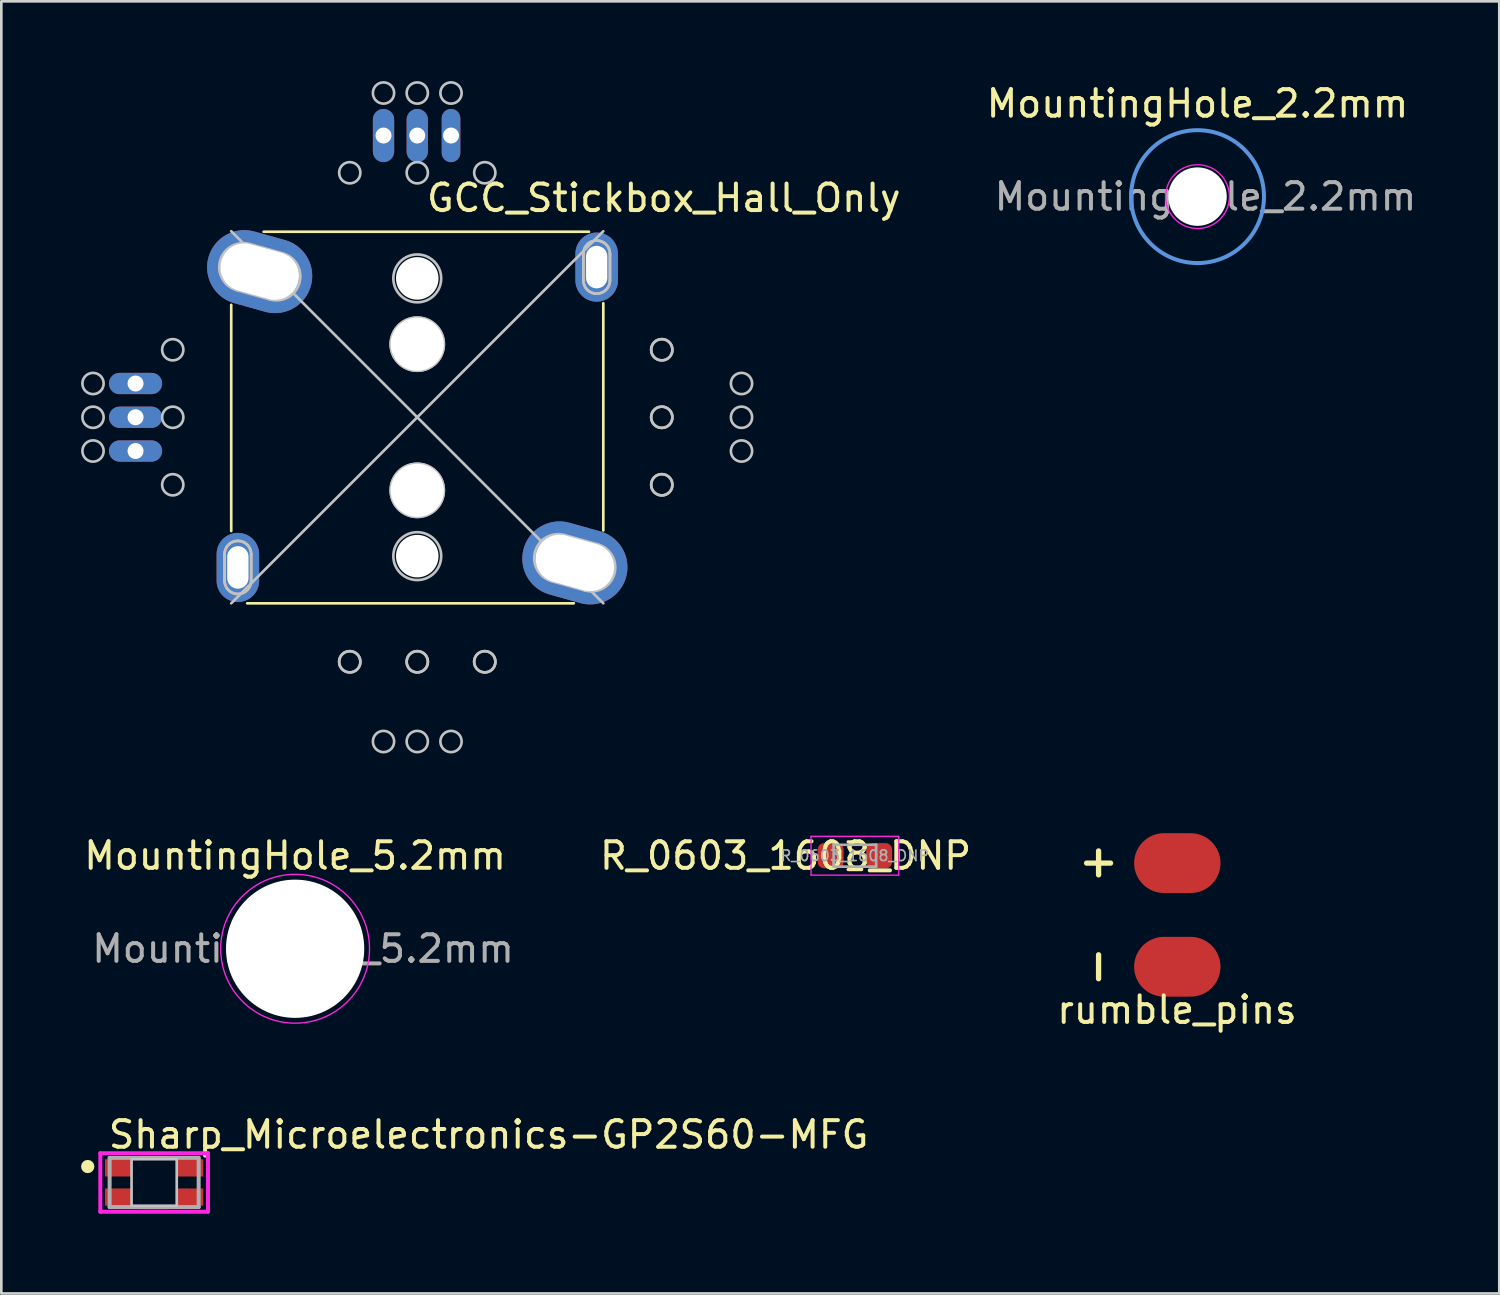
<source format=kicad_pcb>
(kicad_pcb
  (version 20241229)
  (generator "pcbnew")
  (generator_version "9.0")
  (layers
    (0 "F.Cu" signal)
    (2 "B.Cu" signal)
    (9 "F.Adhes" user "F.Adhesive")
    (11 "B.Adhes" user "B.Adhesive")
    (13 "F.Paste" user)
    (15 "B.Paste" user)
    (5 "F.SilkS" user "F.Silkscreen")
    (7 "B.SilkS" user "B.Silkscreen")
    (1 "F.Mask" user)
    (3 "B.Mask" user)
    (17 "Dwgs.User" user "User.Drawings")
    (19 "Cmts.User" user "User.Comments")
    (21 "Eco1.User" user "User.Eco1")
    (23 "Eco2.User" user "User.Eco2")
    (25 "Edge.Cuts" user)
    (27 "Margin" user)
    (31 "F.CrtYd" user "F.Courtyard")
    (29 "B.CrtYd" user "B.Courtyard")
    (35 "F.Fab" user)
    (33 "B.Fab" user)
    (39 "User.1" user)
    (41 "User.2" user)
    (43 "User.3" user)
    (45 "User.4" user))
  (footprint "R_0603_1608_DNP"
    (layer "F.Cu")
    (at 29.116 29.147)
    (property "Reference" "R_0603_1608_DNP" (at -2.608 0.001 180) (layer "F.SilkS") (effects (font (size 1 1) (thickness 0.15))))
    (attr smd)
    (fp_line (start -0.255 -0.522) (end 0.255 -0.522) (stroke (width 0.12) (type solid)) (layer "F.SilkS"))
    (fp_line (start -0.255 0.522) (end 0.255 0.522) (stroke (width 0.12) (type solid)) (layer "F.SilkS"))
    (fp_line (start -1.65 -0.73) (end 1.65 -0.73) (stroke (width 0.05) (type solid)) (layer "F.CrtYd"))
    (fp_line (start -1.65 0.73) (end -1.65 -0.73) (stroke (width 0.05) (type solid)) (layer "F.CrtYd"))
    (fp_line (start 1.65 -0.73) (end 1.65 0.73) (stroke (width 0.05) (type solid)) (layer "F.CrtYd"))
    (fp_line (start 1.65 0.73) (end -1.65 0.73) (stroke (width 0.05) (type solid)) (layer "F.CrtYd"))
    (fp_line (start -0.8 -0.412) (end 0.8 -0.412) (stroke (width 0.1) (type solid)) (layer "F.Fab"))
    (fp_line (start -0.8 0.412) (end -0.8 -0.412) (stroke (width 0.1) (type solid)) (layer "F.Fab"))
    (fp_line (start 0.8 -0.412) (end 0.8 0.412) (stroke (width 0.1) (type solid)) (layer "F.Fab"))
    (fp_line (start 0.8 0.412) (end -0.8 0.412) (stroke (width 0.1) (type solid)) (layer "F.Fab"))
    (fp_text user "${REFERENCE}" (at 0 0 180) (layer "F.Fab") (effects (font (size 0.4 0.4) (thickness 0.06))))
    (pad "1" smd roundrect (at -0.912 0) (size 0.975 0.95) (layers "F.Cu" "F.Mask" "F.Paste") (roundrect_rratio 0.25))
    (pad "2" smd roundrect (at 0.912 0) (size 0.975 0.95) (layers "F.Cu" "F.Mask" "F.Paste") (roundrect_rratio 0.25)))
  (footprint "Sharp_Microelectronics-GP2S60-MFG"
    (layer "F.Cu")
    (at 2.75 41.442)
    (property "Reference" "Sharp_Microelectronics-GP2S60-MFG" (at -1.8 -1.8 0) (layer "F.SilkS") (effects (font (size 1 1) (thickness 0.15)) (justify left)))
    (attr through_hole)
    (fp_line (start -0.475 -0.925) (end 0.475 -0.925) (stroke (width 0.15) (type solid)) (layer "F.SilkS"))
    (fp_line (start -0.475 0.925) (end 0.475 0.925) (stroke (width 0.15) (type solid)) (layer "F.SilkS"))
    (fp_circle (center -2.5 -0.6) (end -2.375 -0.6) (stroke (width 0.25) (type solid)) (fill no) (layer "F.SilkS"))
    (fp_poly (pts (xy -0.85 -0.875) (xy 0.85 -0.875) (xy 0.85 0.875) (xy -0.85 0.875)) (stroke (width 0.1) (type solid)) (fill no) (layer "Dwgs.User"))
    (fp_line (start -2.025 -1.1) (end -2.025 1.1) (stroke (width 0.15) (type solid)) (layer "F.CrtYd"))
    (fp_line (start -2.025 1.1) (end 2.025 1.1) (stroke (width 0.15) (type solid)) (layer "F.CrtYd"))
    (fp_line (start 2.025 -1.1) (end -2.025 -1.1) (stroke (width 0.15) (type solid)) (layer "F.CrtYd"))
    (fp_line (start 2.025 -1.1) (end 2.025 -1.1) (stroke (width 0.15) (type solid)) (layer "F.CrtYd"))
    (fp_line (start 2.025 1.1) (end 2.025 -1.1) (stroke (width 0.15) (type solid)) (layer "F.CrtYd"))
    (fp_line (start -1.675 -0.925) (end 1.675 -0.925) (stroke (width 0.15) (type solid)) (layer "F.Fab"))
    (fp_line (start -1.675 0.925) (end -1.675 -0.925) (stroke (width 0.15) (type solid)) (layer "F.Fab"))
    (fp_line (start 1.675 -0.925) (end 1.675 0.925) (stroke (width 0.15) (type solid)) (layer "F.Fab"))
    (fp_line (start 1.675 0.925) (end -1.675 0.925) (stroke (width 0.15) (type solid)) (layer "F.Fab"))
    (pad "1" smd rect (at -1.35 -0.55) (size 1 0.65) (layers "F.Cu" "F.Mask" "F.Paste"))
    (pad "2" smd rect (at -1.35 0.55) (size 1 0.65) (layers "F.Cu" "F.Mask" "F.Paste"))
    (pad "3" smd rect (at 1.35 0.55) (size 1 0.65) (layers "F.Cu" "F.Mask" "F.Paste"))
    (pad "4" smd rect (at 1.35 -0.55) (size 1 0.65) (layers "F.Cu" "F.Mask" "F.Paste")))
  (footprint "MountingHole_2.2mm"
    (layer "F.Cu")
    (at 42.008 4.348)
    (property "Reference" "MountingHole_2.2mm" (at 0 -3.5 0) (layer "F.SilkS") (effects (font (size 1 1) (thickness 0.15))))
    (attr exclude_from_pos_files exclude_from_bom)
    (fp_circle (center 0 0) (end 2.5 0) (stroke (width 0.15) (type solid)) (fill no) (layer "Cmts.User"))
    (fp_circle (center 0 0) (end 1.2 0) (stroke (width 0.05) (type solid)) (fill no) (layer "F.CrtYd"))
    (fp_text user "${REFERENCE}" (at 0.3 0 0) (layer "F.Fab") (effects (font (size 1 1) (thickness 0.15))))
    (pad "" np_thru_hole circle (at 0 0) (size 2.2 2.2) (drill 2.2) (layers "*.Cu" "*.Mask")))
  (footprint "MountingHole_5.2mm"
    (layer "F.Cu")
    (at 8.054 32.648)
    (property "Reference" "MountingHole_5.2mm" (at 0 -3.5 0) (layer "F.SilkS") (effects (font (size 1 1) (thickness 0.15))))
    (attr exclude_from_pos_files exclude_from_bom)
    (fp_circle (center 0 0) (end 2.5 0) (stroke (width 0.15) (type solid)) (fill no) (layer "Cmts.User"))
    (fp_circle (center 0 0) (end 2.8 0) (stroke (width 0.05) (type solid)) (fill no) (layer "F.CrtYd"))
    (fp_text user "${REFERENCE}" (at 0.3 0 0) (layer "F.Fab") (effects (font (size 1 1) (thickness 0.15))))
    (pad "" np_thru_hole circle (at 0 0) (size 5.2 5.2) (drill 5.2) (layers "*.Cu" "*.Mask")))
  (footprint "rumble_pins"
    (layer "F.Cu")
    (at 41.235 30.217)
    (property "Reference" "rumble_pins" (at 0 4.729 180) (layer "F.SilkS") (effects (font (size 1 1) (thickness 0.15))))
    (attr through_hole)
    (fp_line (start -3.4 -0.792) (end -2.5 -0.792) (stroke (width 0.2) (type solid)) (layer "F.SilkS"))
    (fp_line (start -2.95 -0.35) (end -2.95 -1.25) (stroke (width 0.2) (type solid)) (layer "F.SilkS"))
    (fp_line (start -2.95 3.558) (end -2.95 2.658) (stroke (width 0.2) (type solid)) (layer "F.SilkS"))
    (pad "1" smd oval (at 0.012 -0.792) (size 3.25 2.25) (layers "F.Cu" "F.Mask" "F.Paste"))
    (pad "2" smd oval (at 0.012 3.108) (size 3.25 2.25) (layers "F.Cu" "F.Mask" "F.Paste")))
  (footprint "GCC_Stickbox_Hall_Only"
    (layer "F.Cu")
    (at 12.65 12.65)
    (property "Reference" "GCC_Stickbox_Hall_Only" (at 9.275 -8.25 0) (layer "F.SilkS") (effects (font (size 1 1) (thickness 0.15))))
    (attr through_hole)
    (fp_line (start -7 -4.23) (end -7 4.28) (stroke (width 0.1) (type solid)) (layer "F.SilkS"))
    (fp_line (start -6.4 7) (end 5.89 7) (stroke (width 0.1) (type solid)) (layer "F.SilkS"))
    (fp_line (start -5.78 -6.98) (end 6.46 -6.98) (stroke (width 0.1) (type solid)) (layer "F.SilkS"))
    (fp_line (start 7 -4.29) (end 7 4.26) (stroke (width 0.1) (type solid)) (layer "F.SilkS"))
    (fp_line (start -7.25 5.15) (end -7.25 6.15) (stroke (width 0.1) (type solid)) (layer "Dwgs.User"))
    (fp_line (start -7.25 5.15) (end -7.25 6.15) (stroke (width 0.1) (type solid)) (layer "Dwgs.User"))
    (fp_line (start -7 -7) (end 7 7) (stroke (width 0.1) (type solid)) (layer "Dwgs.User"))
    (fp_line (start -6.793 -4.783) (end -5.543 -4.433) (stroke (width 0.1) (type solid)) (layer "Dwgs.User"))
    (fp_line (start -6.25 5.15) (end -6.25 6.15) (stroke (width 0.1) (type solid)) (layer "Dwgs.User"))
    (fp_line (start -6.25 6.15) (end -6.25 5.15) (stroke (width 0.1) (type solid)) (layer "Dwgs.User"))
    (fp_line (start -5.057 -6.167) (end -6.307 -6.517) (stroke (width 0.1) (type solid)) (layer "Dwgs.User"))
    (fp_line (start 5.057 6.167) (end 6.307 6.517) (stroke (width 0.1) (type solid)) (layer "Dwgs.User"))
    (fp_line (start 6.25 -6.15) (end 6.25 -5.15) (stroke (width 0.1) (type solid)) (layer "Dwgs.User"))
    (fp_line (start 6.25 -6.15) (end 6.25 -5.15) (stroke (width 0.1) (type solid)) (layer "Dwgs.User"))
    (fp_line (start 6.793 4.783) (end 5.543 4.433) (stroke (width 0.1) (type solid)) (layer "Dwgs.User"))
    (fp_line (start 7 -7) (end -7 7) (stroke (width 0.1) (type solid)) (layer "Dwgs.User"))
    (fp_line (start 7.25 -6.15) (end 7.25 -5.15) (stroke (width 0.1) (type solid)) (layer "Dwgs.User"))
    (fp_line (start 7.25 -5.15) (end 7.25 -6.15) (stroke (width 0.1) (type solid)) (layer "Dwgs.User"))
    (fp_arc (start -7.25 5.15) (mid -6.75 4.65) (end -6.25 5.15) (stroke (width 0.1) (type solid)) (layer "Dwgs.User"))
    (fp_arc (start -7.25 5.15) (mid -6.75 4.65) (end -6.25 5.15) (stroke (width 0.1) (type solid)) (layer "Dwgs.User"))
    (fp_arc (start -6.792666 -4.783332) (mid -7.416668 -5.892666) (end -6.307334 -6.516668) (stroke (width 0.1) (type solid)) (layer "Dwgs.User"))
    (fp_arc (start -6.25 6.15) (mid -6.75 6.65) (end -7.25 6.15) (stroke (width 0.1) (type solid)) (layer "Dwgs.User"))
    (fp_arc (start -6.25 6.15) (mid -6.75 6.65) (end -7.25 6.15) (stroke (width 0.1) (type solid)) (layer "Dwgs.User"))
    (fp_arc (start -5.057333 -6.166667) (mid -4.433333 -5.057333) (end -5.542667 -4.433333) (stroke (width 0.1) (type solid)) (layer "Dwgs.User"))
    (fp_arc (start 5.057334 6.166668) (mid 4.433332 5.057334) (end 5.542666 4.433332) (stroke (width 0.1) (type solid)) (layer "Dwgs.User"))
    (fp_arc (start 6.25 -6.15) (mid 6.75 -6.65) (end 7.25 -6.15) (stroke (width 0.1) (type solid)) (layer "Dwgs.User"))
    (fp_arc (start 6.25 -6.15) (mid 6.75 -6.65) (end 7.25 -6.15) (stroke (width 0.1) (type solid)) (layer "Dwgs.User"))
    (fp_arc (start 6.792667 4.783333) (mid 7.416667 5.892667) (end 6.307333 6.516667) (stroke (width 0.1) (type solid)) (layer "Dwgs.User"))
    (fp_arc (start 7.25 -5.15) (mid 6.75 -4.65) (end 6.25 -5.15) (stroke (width 0.1) (type solid)) (layer "Dwgs.User"))
    (fp_arc (start 7.25 -5.15) (mid 6.75 -4.65) (end 6.25 -5.15) (stroke (width 0.1) (type solid)) (layer "Dwgs.User"))
    (fp_circle (center -12.2 -1.27) (end -11.8 -1.27) (stroke (width 0.1) (type solid)) (fill no) (layer "Dwgs.User"))
    (fp_circle (center -12.2 0) (end -11.8 0) (stroke (width 0.1) (type solid)) (fill no) (layer "Dwgs.User"))
    (fp_circle (center -12.2 1.27) (end -11.8 1.27) (stroke (width 0.1) (type solid)) (fill no) (layer "Dwgs.User"))
    (fp_circle (center -9.2 -2.54) (end -8.8 -2.54) (stroke (width 0.1) (type solid)) (fill no) (layer "Dwgs.User"))
    (fp_circle (center -9.2 0) (end -8.8 0) (stroke (width 0.1) (type solid)) (fill no) (layer "Dwgs.User"))
    (fp_circle (center -9.2 2.54) (end -8.8 2.54) (stroke (width 0.1) (type solid)) (fill no) (layer "Dwgs.User"))
    (fp_circle (center -2.54 -9.2) (end -2.14 -9.2) (stroke (width 0.1) (type solid)) (fill no) (layer "Dwgs.User"))
    (fp_circle (center -2.54 9.2) (end -2.14 9.2) (stroke (width 0.1) (type solid)) (fill no) (layer "Dwgs.User"))
    (fp_circle (center -2.54 9.2) (end -2.14 9.2) (stroke (width 0.1) (type solid)) (fill no) (layer "Dwgs.User"))
    (fp_circle (center -1.27 -12.2) (end -0.87 -12.2) (stroke (width 0.1) (type solid)) (fill no) (layer "Dwgs.User"))
    (fp_circle (center -1.27 12.2) (end -0.87 12.2) (stroke (width 0.1) (type solid)) (fill no) (layer "Dwgs.User"))
    (fp_circle (center 0 -12.2) (end 0.4 -12.2) (stroke (width 0.1) (type solid)) (fill no) (layer "Dwgs.User"))
    (fp_circle (center 0 -9.2) (end 0.4 -9.2) (stroke (width 0.1) (type solid)) (fill no) (layer "Dwgs.User"))
    (fp_circle (center 0 -5.225) (end 0.9 -5.225) (stroke (width 0.1) (type solid)) (fill no) (layer "Dwgs.User"))
    (fp_circle (center 0 -2.75) (end 1 -2.75) (stroke (width 0.1) (type solid)) (fill no) (layer "Dwgs.User"))
    (fp_circle (center 0 -2.75) (end 1 -2.75) (stroke (width 0.1) (type solid)) (fill no) (layer "Dwgs.User"))
    (fp_circle (center 0 2.75) (end 1 2.75) (stroke (width 0.1) (type solid)) (fill no) (layer "Dwgs.User"))
    (fp_circle (center 0 2.75) (end 1 2.75) (stroke (width 0.1) (type solid)) (fill no) (layer "Dwgs.User"))
    (fp_circle (center 0 5.225) (end 0.9 5.225) (stroke (width 0.1) (type solid)) (fill no) (layer "Dwgs.User"))
    (fp_circle (center 0 9.2) (end 0.4 9.2) (stroke (width 0.1) (type solid)) (fill no) (layer "Dwgs.User"))
    (fp_circle (center 0 9.2) (end 0.4 9.2) (stroke (width 0.1) (type solid)) (fill no) (layer "Dwgs.User"))
    (fp_circle (center 0 12.2) (end 0.4 12.2) (stroke (width 0.1) (type solid)) (fill no) (layer "Dwgs.User"))
    (fp_circle (center 1.27 -12.2) (end 1.67 -12.2) (stroke (width 0.1) (type solid)) (fill no) (layer "Dwgs.User"))
    (fp_circle (center 1.27 12.2) (end 1.67 12.2) (stroke (width 0.1) (type solid)) (fill no) (layer "Dwgs.User"))
    (fp_circle (center 2.54 -9.2) (end 2.94 -9.2) (stroke (width 0.1) (type solid)) (fill no) (layer "Dwgs.User"))
    (fp_circle (center 2.54 9.2) (end 2.94 9.2) (stroke (width 0.1) (type solid)) (fill no) (layer "Dwgs.User"))
    (fp_circle (center 2.54 9.2) (end 2.94 9.2) (stroke (width 0.1) (type solid)) (fill no) (layer "Dwgs.User"))
    (fp_circle (center 9.2 -2.54) (end 9.6 -2.54) (stroke (width 0.1) (type solid)) (fill no) (layer "Dwgs.User"))
    (fp_circle (center 9.2 -2.54) (end 9.6 -2.54) (stroke (width 0.1) (type solid)) (fill no) (layer "Dwgs.User"))
    (fp_circle (center 9.2 0) (end 9.6 0) (stroke (width 0.1) (type solid)) (fill no) (layer "Dwgs.User"))
    (fp_circle (center 9.2 0) (end 9.6 0) (stroke (width 0.1) (type solid)) (fill no) (layer "Dwgs.User"))
    (fp_circle (center 9.2 2.54) (end 9.6 2.54) (stroke (width 0.1) (type solid)) (fill no) (layer "Dwgs.User"))
    (fp_circle (center 9.2 2.54) (end 9.6 2.54) (stroke (width 0.1) (type solid)) (fill no) (layer "Dwgs.User"))
    (fp_circle (center 12.2 -1.27) (end 12.6 -1.27) (stroke (width 0.1) (type solid)) (fill no) (layer "Dwgs.User"))
    (fp_circle (center 12.2 0) (end 12.6 0) (stroke (width 0.1) (type solid)) (fill no) (layer "Dwgs.User"))
    (fp_circle (center 12.2 1.27) (end 12.6 1.27) (stroke (width 0.1) (type solid)) (fill no) (layer "Dwgs.User"))
    (pad "" thru_hole oval (at -6.75 5.65) (size 1.6 2.6) (drill oval 0.8 1.6) (layers "*.Cu" "*.Mask"))
    (pad "" thru_hole oval (at -5.93 -5.48 74.4) (size 2.8 4) (drill oval 1.8 3) (layers "*.Cu" "*.Mask"))
    (pad "" np_thru_hole circle (at 0 -5.225) (size 1.6 1.6) (drill 1.6) (layers "*.Cu" "*.Mask"))
    (pad "" np_thru_hole circle (at 0 -2.75) (size 2 2) (drill 2) (layers "*.Cu" "*.Mask"))
    (pad "" np_thru_hole circle (at 0 2.75) (size 2 2) (drill 2) (layers "*.Cu" "*.Mask"))
    (pad "" np_thru_hole circle (at 0 5.225) (size 1.6 1.6) (drill 1.6) (layers "*.Cu" "*.Mask"))
    (pad "" thru_hole oval (at 5.93 5.48 74.4) (size 2.8 4) (drill oval 1.8 3) (layers "*.Cu" "*.Mask"))
    (pad "" thru_hole oval (at 6.75 -5.65) (size 1.6 2.6) (drill oval 0.8 1.6) (layers "*.Cu" "*.Mask"))
    (pad "1" thru_hole oval (at 1.27 -10.6) (size 0.7 2) (drill 0.6) (layers "*.Cu" "*.Mask"))
    (pad "2" thru_hole oval (at 0 -10.6) (size 0.8 2) (drill 0.6) (layers "*.Cu" "*.Mask"))
    (pad "3" thru_hole oval (at -1.27 -10.6) (size 0.8 2) (drill 0.6) (layers "*.Cu" "*.Mask"))
    (pad "4" thru_hole oval (at -10.6 -1.27 90) (size 0.8 2) (drill 0.6) (layers "*.Cu" "*.Mask"))
    (pad "5" thru_hole oval (at -10.6 0 90) (size 0.8 2) (drill 0.6) (layers "*.Cu" "*.Mask"))
    (pad "6" thru_hole oval (at -10.6 1.27 90) (size 0.8 2) (drill 0.6) (layers "*.Cu" "*.Mask")))
  (gr_rect
    (start -3 -3)
    (end 53.362 45.617)
    (stroke (width 0.1) (type default))
    (fill no)
    (layer "Edge.Cuts")))
</source>
